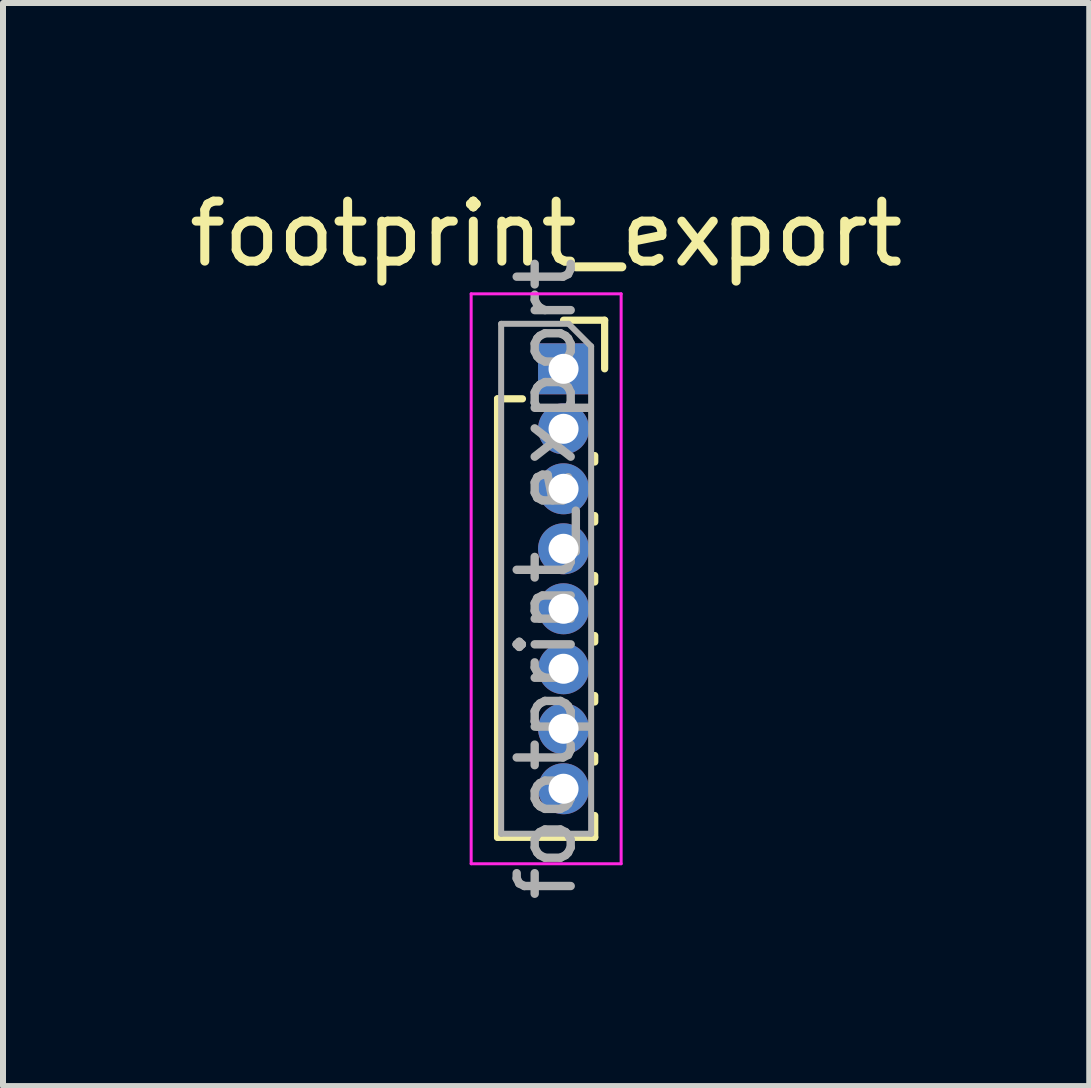
<source format=kicad_pcb>
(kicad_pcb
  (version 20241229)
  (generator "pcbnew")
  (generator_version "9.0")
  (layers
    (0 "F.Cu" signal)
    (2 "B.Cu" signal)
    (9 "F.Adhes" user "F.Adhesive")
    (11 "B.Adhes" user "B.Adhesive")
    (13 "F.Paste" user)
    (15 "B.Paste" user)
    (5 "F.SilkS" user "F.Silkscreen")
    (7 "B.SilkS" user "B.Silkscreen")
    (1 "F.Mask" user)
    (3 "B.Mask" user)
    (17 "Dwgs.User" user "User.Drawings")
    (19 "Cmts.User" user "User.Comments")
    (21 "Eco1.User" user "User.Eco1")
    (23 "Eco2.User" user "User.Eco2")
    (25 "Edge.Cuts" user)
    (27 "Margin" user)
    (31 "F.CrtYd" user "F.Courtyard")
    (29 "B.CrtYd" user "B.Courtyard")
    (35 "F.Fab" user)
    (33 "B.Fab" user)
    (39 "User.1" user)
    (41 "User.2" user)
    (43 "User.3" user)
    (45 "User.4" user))
  (footprint "footprint_export"
    (layer "F.Cu")
    (at 6.344 3.098)
    (property "Reference" "footprint_export" (at -0.29 -2.25 0) (layer "F.SilkS") (effects (font (size 1 1) (thickness 0.15))))
    (attr through_hole)
    (fp_line (start -1.1 0.5) (end -1.1 7.81) (stroke (width 0.12) (type solid)) (layer "F.SilkS"))
    (fp_line (start -1.1 0.5) (end -0.685 0.5) (stroke (width 0.12) (type solid)) (layer "F.SilkS"))
    (fp_line (start -1.1 7.81) (end 0.52 7.81) (stroke (width 0.12) (type solid)) (layer "F.SilkS"))
    (fp_line (start 0 -0.81) (end 0.685 -0.81) (stroke (width 0.12) (type solid)) (layer "F.SilkS"))
    (fp_line (start 0.52 1.446) (end 0.52 1.554) (stroke (width 0.12) (type solid)) (layer "F.SilkS"))
    (fp_line (start 0.52 2.446) (end 0.52 2.554) (stroke (width 0.12) (type solid)) (layer "F.SilkS"))
    (fp_line (start 0.52 3.446) (end 0.52 3.554) (stroke (width 0.12) (type solid)) (layer "F.SilkS"))
    (fp_line (start 0.52 4.446) (end 0.52 4.554) (stroke (width 0.12) (type solid)) (layer "F.SilkS"))
    (fp_line (start 0.52 5.446) (end 0.52 5.554) (stroke (width 0.12) (type solid)) (layer "F.SilkS"))
    (fp_line (start 0.52 6.446) (end 0.52 6.554) (stroke (width 0.12) (type solid)) (layer "F.SilkS"))
    (fp_line (start 0.52 7.446) (end 0.52 7.81) (stroke (width 0.12) (type solid)) (layer "F.SilkS"))
    (fp_line (start 0.685 -0.81) (end 0.685 0) (stroke (width 0.12) (type solid)) (layer "F.SilkS"))
    (fp_line (start -1.54 -1.25) (end 0.96 -1.25) (stroke (width 0.05) (type solid)) (layer "F.CrtYd"))
    (fp_line (start -1.54 8.25) (end -1.54 -1.25) (stroke (width 0.05) (type solid)) (layer "F.CrtYd"))
    (fp_line (start 0.96 -1.25) (end 0.96 8.25) (stroke (width 0.05) (type solid)) (layer "F.CrtYd"))
    (fp_line (start 0.96 8.25) (end -1.54 8.25) (stroke (width 0.05) (type solid)) (layer "F.CrtYd"))
    (fp_line (start -1.04 -0.75) (end 0.085 -0.75) (stroke (width 0.1) (type solid)) (layer "F.Fab"))
    (fp_line (start -1.04 7.75) (end -1.04 -0.75) (stroke (width 0.1) (type solid)) (layer "F.Fab"))
    (fp_line (start 0.085 -0.75) (end 0.46 -0.375) (stroke (width 0.1) (type solid)) (layer "F.Fab"))
    (fp_line (start 0.46 -0.375) (end 0.46 7.75) (stroke (width 0.1) (type solid)) (layer "F.Fab"))
    (fp_line (start 0.46 7.75) (end -1.04 7.75) (stroke (width 0.1) (type solid)) (layer "F.Fab"))
    (fp_text user "${REFERENCE}" (at -0.29 3.5 90) (layer "F.Fab") (effects (font (size 0.9 0.9) (thickness 0.14))))
    (pad "1" thru_hole rect (at 0 0) (size 0.85 0.85) (drill 0.5) (layers "*.Cu" "*.Mask"))
    (pad "2" thru_hole oval (at 0 1) (size 0.85 0.85) (drill 0.5) (layers "*.Cu" "*.Mask"))
    (pad "3" thru_hole oval (at 0 2) (size 0.85 0.85) (drill 0.5) (layers "*.Cu" "*.Mask"))
    (pad "4" thru_hole oval (at 0 3) (size 0.85 0.85) (drill 0.5) (layers "*.Cu" "*.Mask"))
    (pad "5" thru_hole oval (at 0 4) (size 0.85 0.85) (drill 0.5) (layers "*.Cu" "*.Mask"))
    (pad "6" thru_hole oval (at 0 5) (size 0.85 0.85) (drill 0.5) (layers "*.Cu" "*.Mask"))
    (pad "7" thru_hole oval (at 0 6) (size 0.85 0.85) (drill 0.5) (layers "*.Cu" "*.Mask"))
    (pad "8" thru_hole oval (at 0 7) (size 0.85 0.85) (drill 0.5) (layers "*.Cu" "*.Mask")))
  (gr_rect
    (start -3 -3)
    (end 15.107 15.054)
    (stroke (width 0.1) (type default))
    (fill no)
    (layer "Edge.Cuts")))
</source>
